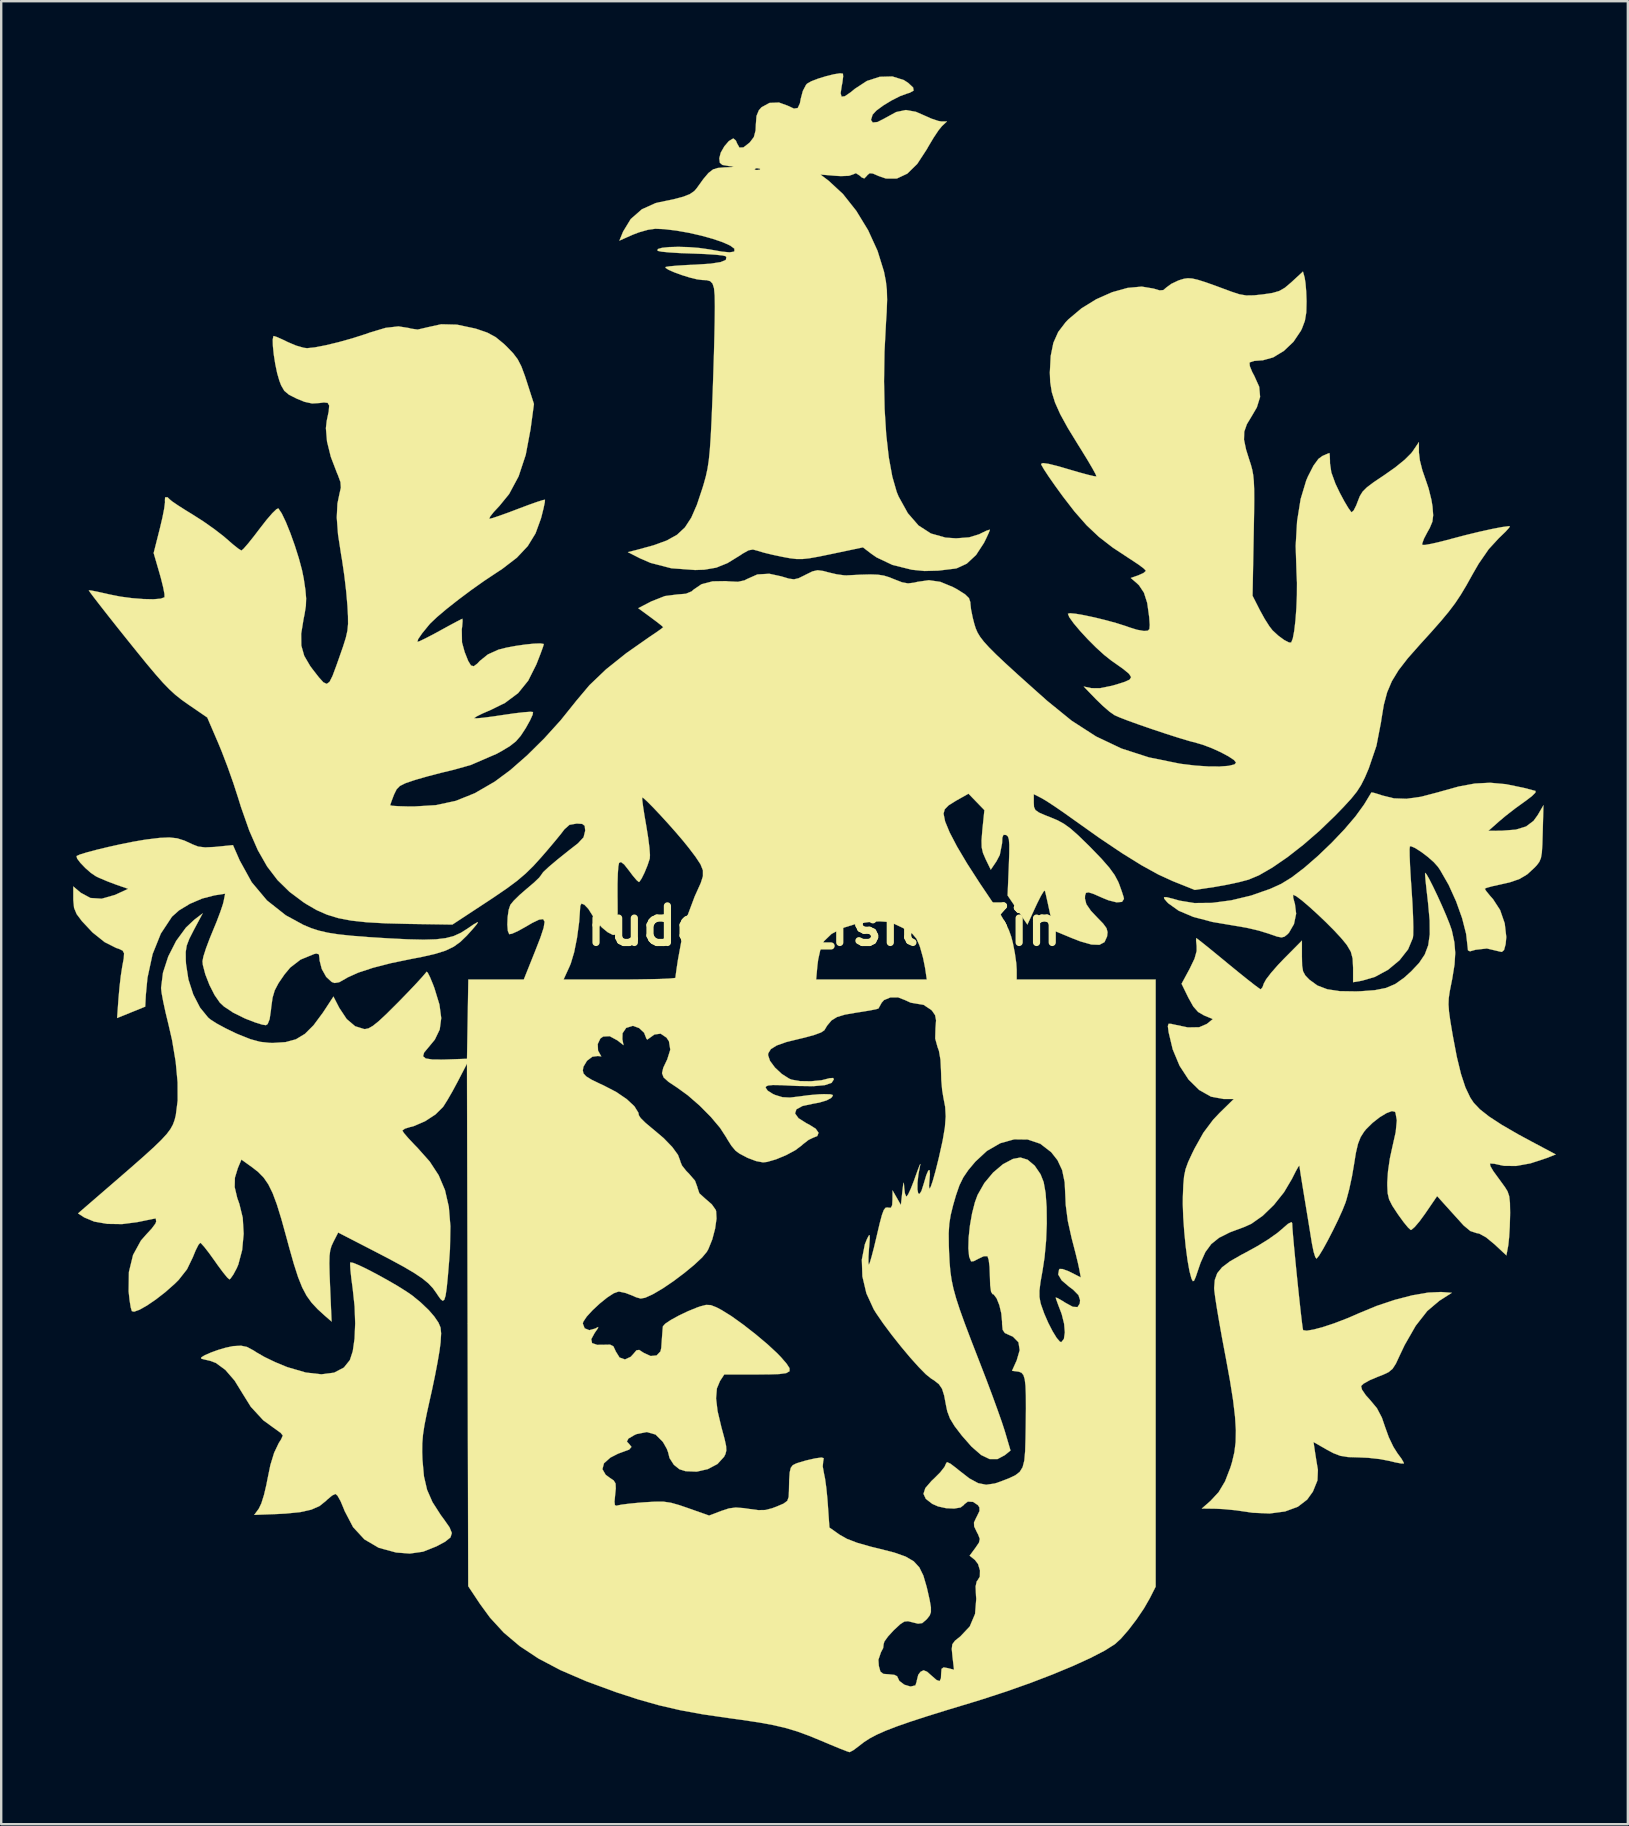
<source format=kicad_pcb>
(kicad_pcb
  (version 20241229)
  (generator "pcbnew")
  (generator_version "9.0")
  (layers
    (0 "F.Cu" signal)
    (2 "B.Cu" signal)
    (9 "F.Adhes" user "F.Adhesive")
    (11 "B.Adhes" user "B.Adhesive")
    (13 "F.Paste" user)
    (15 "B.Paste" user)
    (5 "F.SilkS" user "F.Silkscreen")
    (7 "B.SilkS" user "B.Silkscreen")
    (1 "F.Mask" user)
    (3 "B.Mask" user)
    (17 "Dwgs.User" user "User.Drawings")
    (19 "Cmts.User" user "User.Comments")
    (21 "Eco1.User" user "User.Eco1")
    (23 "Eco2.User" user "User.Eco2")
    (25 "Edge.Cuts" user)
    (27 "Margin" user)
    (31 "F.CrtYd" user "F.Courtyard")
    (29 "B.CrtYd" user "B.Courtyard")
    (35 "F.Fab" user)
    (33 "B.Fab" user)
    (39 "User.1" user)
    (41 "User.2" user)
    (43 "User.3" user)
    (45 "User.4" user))
  (footprint "ruddock_fsilk_3in"
    (layer "F.Cu")
    (at 31.298 35.541)
    (property "Reference" "ruddock_fsilk_3in" (at 0 0 0) (layer "F.SilkS") (effects (font (size 1.524 1.524) (thickness 0.3))))
    (attr through_hole)
    (fp_poly (pts (xy -19.635 14.041) (xy -19.385 14.143) (xy -19.037 14.311) (xy -18.627 14.525) (xy -18.194 14.764) (xy -17.774 15.008) (xy -17.405 15.239) (xy -17.172 15.399) (xy -16.813 15.693) (xy -16.474 16.017) (xy -16.247 16.28) (xy -16.075 16.532) (xy -15.987 16.739) (xy -15.963 16.982) (xy -15.984 17.342) (xy -15.987 17.374) (xy -16.03 17.706) (xy -16.111 18.183) (xy -16.22 18.752) (xy -16.347 19.359) (xy -16.415 19.66) (xy -16.558 20.306) (xy -16.658 20.806) (xy -16.719 21.209) (xy -16.748 21.565) (xy -16.752 21.925) (xy -16.741 22.25) (xy -16.679 22.937) (xy -16.549 23.499) (xy -16.324 24.014) (xy -15.977 24.555) (xy -15.846 24.732) (xy -15.612 25.066) (xy -15.516 25.302) (xy -15.572 25.485) (xy -15.791 25.661) (xy -16.154 25.857) (xy -16.716 26.081) (xy -17.268 26.159) (xy -17.838 26.115) (xy -18.564 25.918) (xy -19.16 25.568) (xy -19.632 25.058) (xy -19.985 24.383) (xy -20.02 24.292) (xy -20.153 23.975) (xy -20.279 23.751) (xy -20.365 23.673) (xy -20.507 23.741) (xy -20.71 23.91) (xy -20.767 23.967) (xy -21.029 24.177) (xy -21.374 24.329) (xy -21.835 24.432) (xy -22.446 24.493) (xy -22.823 24.512) (xy -23.751 24.547) (xy -23.561 24.288) (xy -23.456 24.069) (xy -23.344 23.712) (xy -23.243 23.282) (xy -23.215 23.132) (xy -23.079 22.469) (xy -22.923 21.96) (xy -22.73 21.554) (xy -22.633 21.402) (xy -22.561 21.239) (xy -22.656 21.122) (xy -22.696 21.097) (xy -23.374 20.605) (xy -23.894 20.042) (xy -24.212 19.531) (xy -24.57 18.95) (xy -24.957 18.503) (xy -25.347 18.216) (xy -25.58 18.128) (xy -25.821 18.072) (xy -25.959 18.037) (xy -25.962 17.984) (xy -25.816 17.894) (xy -25.566 17.784) (xy -25.26 17.673) (xy -24.942 17.579) (xy -24.659 17.519) (xy -24.613 17.512) (xy -24.3 17.496) (xy -24.052 17.548) (xy -23.776 17.696) (xy -23.656 17.775) (xy -23.326 17.965) (xy -22.889 18.176) (xy -22.43 18.367) (xy -22.357 18.394) (xy -21.603 18.614) (xy -20.954 18.688) (xy -20.421 18.619) (xy -20.015 18.406) (xy -19.766 18.095) (xy -19.645 17.724) (xy -19.57 17.199) (xy -19.544 16.565) (xy -19.568 15.865) (xy -19.645 15.143) (xy -19.645 15.14) (xy -19.704 14.698) (xy -19.742 14.336) (xy -19.756 14.097) (xy -19.748 14.024) (xy -19.635 14.041)) (stroke (width 0.01) (type solid)) (fill yes) (layer "F.SilkS"))
    (fp_poly (pts (xy 19.507 12.387) (xy 19.517 12.577) (xy 19.544 12.918) (xy 19.585 13.372) (xy 19.636 13.905) (xy 19.693 14.481) (xy 19.753 15.065) (xy 19.812 15.62) (xy 19.866 16.112) (xy 19.912 16.504) (xy 19.946 16.761) (xy 19.964 16.848) (xy 20.113 16.871) (xy 20.411 16.82) (xy 20.82 16.709) (xy 21.305 16.546) (xy 21.828 16.344) (xy 22.29 16.143) (xy 23.027 15.838) (xy 23.785 15.585) (xy 24.518 15.395) (xy 25.175 15.282) (xy 25.709 15.258) (xy 25.744 15.26) (xy 26.161 15.291) (xy 25.637 15.626) (xy 25.138 16.049) (xy 24.656 16.665) (xy 24.195 17.469) (xy 23.995 17.89) (xy 23.832 18.241) (xy 23.692 18.459) (xy 23.52 18.601) (xy 23.258 18.722) (xy 23.066 18.795) (xy 22.735 18.936) (xy 22.487 19.075) (xy 22.38 19.175) (xy 22.417 19.326) (xy 22.579 19.563) (xy 22.75 19.752) (xy 23.04 20.1) (xy 23.247 20.494) (xy 23.382 20.888) (xy 23.534 21.309) (xy 23.726 21.711) (xy 23.895 21.978) (xy 24.065 22.209) (xy 24.156 22.368) (xy 24.161 22.406) (xy 24.049 22.404) (xy 23.802 22.357) (xy 23.566 22.299) (xy 23.167 22.222) (xy 22.679 22.168) (xy 22.263 22.15) (xy 21.832 22.137) (xy 21.516 22.086) (xy 21.225 21.974) (xy 20.955 21.83) (xy 20.398 21.511) (xy 20.456 21.906) (xy 20.515 22.283) (xy 20.577 22.653) (xy 20.58 22.669) (xy 20.561 23.111) (xy 20.371 23.578) (xy 20.13 23.912) (xy 19.742 24.209) (xy 19.211 24.404) (xy 18.57 24.489) (xy 17.858 24.458) (xy 17.628 24.423) (xy 17.157 24.355) (xy 16.662 24.307) (xy 16.329 24.29) (xy 15.741 24.282) (xy 16.106 23.962) (xy 16.443 23.599) (xy 16.712 23.147) (xy 16.939 22.557) (xy 17.005 22.336) (xy 17.099 21.936) (xy 17.152 21.508) (xy 17.162 21.025) (xy 17.127 20.458) (xy 17.047 19.78) (xy 16.918 18.964) (xy 16.739 17.983) (xy 16.713 17.847) (xy 16.583 17.156) (xy 16.468 16.511) (xy 16.372 15.946) (xy 16.302 15.495) (xy 16.263 15.19) (xy 16.256 15.094) (xy 16.283 14.755) (xy 16.384 14.476) (xy 16.585 14.229) (xy 16.912 13.982) (xy 17.395 13.705) (xy 17.595 13.6) (xy 18.065 13.341) (xy 18.517 13.061) (xy 18.887 12.799) (xy 19.067 12.648) (xy 19.332 12.417) (xy 19.478 12.344) (xy 19.507 12.387)) (stroke (width 0.01) (type solid)) (fill yes) (layer "F.SilkS"))
    (fp_poly (pts (xy -26.965 -3.652) (xy -26.658 -3.555) (xy -26.335 -3.404) (xy -26.087 -3.307) (xy -25.798 -3.273) (xy -25.395 -3.292) (xy -25.319 -3.3) (xy -24.638 -3.368) (xy -24.356 -2.725) (xy -23.858 -1.821) (xy -23.221 -1.062) (xy -22.436 -0.442) (xy -21.701 -0.042) (xy -21.386 0.09) (xy -21.059 0.196) (xy -20.688 0.282) (xy -20.24 0.352) (xy -19.684 0.411) (xy -18.988 0.466) (xy -18.173 0.517) (xy -17.348 0.558) (xy -16.693 0.573) (xy -16.177 0.558) (xy -15.767 0.508) (xy -15.433 0.42) (xy -15.142 0.288) (xy -14.862 0.111) (xy -14.835 0.091) (xy -14.603 -0.067) (xy -14.455 -0.149) (xy -14.427 -0.149) (xy -14.491 -0.052) (xy -14.66 0.148) (xy -14.893 0.406) (xy -15.164 0.668) (xy -15.446 0.87) (xy -15.781 1.03) (xy -16.21 1.165) (xy -16.776 1.294) (xy -17.17 1.369) (xy -18.044 1.549) (xy -18.801 1.744) (xy -19.415 1.946) (xy -19.859 2.146) (xy -19.941 2.196) (xy -20.214 2.348) (xy -20.403 2.379) (xy -20.524 2.336) (xy -20.753 2.123) (xy -20.937 1.794) (xy -21.028 1.439) (xy -21.031 1.37) (xy -21.056 1.183) (xy -21.167 1.15) (xy -21.26 1.173) (xy -21.822 1.404) (xy -22.254 1.737) (xy -22.488 2.018) (xy -22.742 2.388) (xy -22.898 2.685) (xy -22.988 2.991) (xy -23.044 3.391) (xy -23.055 3.504) (xy -23.111 3.886) (xy -23.192 4.089) (xy -23.266 4.137) (xy -23.428 4.111) (xy -23.718 4.02) (xy -24.079 3.881) (xy -24.152 3.85) (xy -24.63 3.614) (xy -25.015 3.357) (xy -25.183 3.2) (xy -25.405 2.88) (xy -25.618 2.461) (xy -25.791 2.017) (xy -25.894 1.624) (xy -25.908 1.468) (xy -25.869 1.27) (xy -25.764 0.94) (xy -25.611 0.532) (xy -25.502 0.266) (xy -25.32 -0.175) (xy -25.166 -0.583) (xy -25.06 -0.898) (xy -25.03 -1.014) (xy -24.964 -1.344) (xy -25.41 -1.274) (xy -25.917 -1.143) (xy -26.433 -0.923) (xy -26.884 -0.65) (xy -27.18 -0.386) (xy -27.645 0.319) (xy -27.988 1.173) (xy -28.202 2.162) (xy -28.27 2.876) (xy -28.296 3.364) (xy -29.467 3.839) (xy -29.408 3.012) (xy -29.366 2.543) (xy -29.313 2.082) (xy -29.258 1.722) (xy -29.254 1.697) (xy -29.189 1.346) (xy -29.177 1.141) (xy -29.236 1.03) (xy -29.384 0.958) (xy -29.508 0.917) (xy -29.984 0.677) (xy -30.49 0.273) (xy -30.933 -0.199) (xy -31.154 -0.494) (xy -31.261 -0.752) (xy -31.292 -1.07) (xy -31.293 -1.136) (xy -31.293 -1.644) (xy -30.98 -1.381) (xy -30.581 -1.165) (xy -30.112 -1.134) (xy -29.567 -1.289) (xy -29.464 -1.334) (xy -29.007 -1.546) (xy -29.52 -1.725) (xy -29.885 -1.863) (xy -30.224 -2.007) (xy -30.346 -2.066) (xy -30.558 -2.208) (xy -30.789 -2.411) (xy -30.997 -2.627) (xy -31.134 -2.809) (xy -31.158 -2.912) (xy -31.018 -2.976) (xy -30.721 -3.067) (xy -30.31 -3.176) (xy -29.827 -3.292) (xy -29.314 -3.406) (xy -28.814 -3.506) (xy -28.37 -3.583) (xy -28.253 -3.601) (xy -27.704 -3.668) (xy -27.294 -3.687) (xy -26.965 -3.652)) (stroke (width 0.01) (type solid)) (fill yes) (layer "F.SilkS"))
    (fp_poly (pts (xy 28.412 -5.908) (xy 29.149 -5.757) (xy 29.652 -5.625) (xy 29.645 -5.555) (xy 29.495 -5.406) (xy 29.233 -5.207) (xy 29.195 -5.18) (xy 28.804 -4.898) (xy 28.402 -4.585) (xy 28.143 -4.368) (xy 27.686 -3.963) (xy 28.245 -3.968) (xy 28.826 -4.013) (xy 29.254 -4.144) (xy 29.568 -4.378) (xy 29.744 -4.623) (xy 29.98 -5.029) (xy 29.95 -3.893) (xy 29.935 -3.396) (xy 29.914 -3.056) (xy 29.875 -2.829) (xy 29.808 -2.669) (xy 29.704 -2.53) (xy 29.616 -2.436) (xy 29.309 -2.153) (xy 28.985 -1.958) (xy 28.575 -1.816) (xy 28.167 -1.724) (xy 27.841 -1.652) (xy 27.612 -1.588) (xy 27.534 -1.548) (xy 27.596 -1.451) (xy 27.755 -1.256) (xy 27.88 -1.115) (xy 28.174 -0.662) (xy 28.366 -0.107) (xy 28.432 0.464) (xy 28.405 0.759) (xy 28.338 1.004) (xy 28.247 1.084) (xy 28.162 1.068) (xy 27.623 0.94) (xy 27.147 0.994) (xy 27.132 0.999) (xy 26.92 1.059) (xy 26.835 1.019) (xy 26.821 0.884) (xy 26.758 0.331) (xy 26.591 -0.324) (xy 26.341 -1.023) (xy 26.031 -1.708) (xy 25.68 -2.32) (xy 25.583 -2.464) (xy 25.41 -2.658) (xy 25.162 -2.876) (xy 24.889 -3.083) (xy 24.64 -3.243) (xy 24.463 -3.32) (xy 24.413 -3.314) (xy 24.401 -3.198) (xy 24.404 -2.914) (xy 24.421 -2.497) (xy 24.451 -1.98) (xy 24.482 -1.538) (xy 24.52 -0.944) (xy 24.545 -0.4) (xy 24.556 0.054) (xy 24.552 0.375) (xy 24.539 0.498) (xy 24.339 0.976) (xy 23.981 1.431) (xy 23.506 1.826) (xy 22.957 2.124) (xy 22.428 2.28) (xy 22.047 2.346) (xy 22.047 1.747) (xy 22.028 1.359) (xy 21.953 1.076) (xy 21.793 0.805) (xy 21.754 0.752) (xy 21.546 0.501) (xy 21.258 0.191) (xy 20.921 -0.148) (xy 20.564 -0.488) (xy 20.219 -0.801) (xy 19.916 -1.06) (xy 19.685 -1.234) (xy 19.558 -1.297) (xy 19.547 -1.293) (xy 19.55 -1.18) (xy 19.609 -0.957) (xy 19.622 -0.921) (xy 19.673 -0.51) (xy 19.583 -0.078) (xy 19.373 0.285) (xy 19.308 0.352) (xy 19.185 0.449) (xy 19.061 0.48) (xy 18.876 0.443) (xy 18.568 0.336) (xy 18.519 0.319) (xy 18.104 0.192) (xy 17.602 0.075) (xy 17.17 0.001) (xy 16.182 -0.166) (xy 15.387 -0.376) (xy 14.777 -0.634) (xy 14.348 -0.94) (xy 14.284 -1.005) (xy 14.175 -1.136) (xy 14.166 -1.199) (xy 14.282 -1.196) (xy 14.55 -1.129) (xy 14.813 -1.054) (xy 15.428 -0.953) (xy 16.163 -0.96) (xy 16.969 -1.067) (xy 17.799 -1.266) (xy 18.604 -1.549) (xy 19.05 -1.752) (xy 19.491 -2.024) (xy 20.013 -2.423) (xy 20.578 -2.914) (xy 21.147 -3.459) (xy 21.682 -4.021) (xy 22.146 -4.564) (xy 22.499 -5.051) (xy 22.549 -5.131) (xy 22.697 -5.377) (xy 22.793 -5.535) (xy 22.811 -5.564) (xy 22.907 -5.549) (xy 23.131 -5.482) (xy 23.263 -5.437) (xy 23.747 -5.317) (xy 24.27 -5.299) (xy 24.875 -5.383) (xy 25.605 -5.574) (xy 25.667 -5.593) (xy 26.447 -5.81) (xy 27.123 -5.935) (xy 27.757 -5.967) (xy 28.412 -5.908)) (stroke (width 0.01) (type solid)) (fill yes) (layer "F.SilkS"))
    (fp_poly (pts (xy 25.105 -2.155) (xy 25.222 -1.95) (xy 25.381 -1.636) (xy 25.564 -1.253) (xy 25.751 -0.842) (xy 25.924 -0.441) (xy 26.065 -0.091) (xy 26.156 0.169) (xy 26.165 0.203) (xy 26.267 0.677) (xy 26.304 1.122) (xy 26.275 1.606) (xy 26.18 2.196) (xy 26.142 2.387) (xy 26.073 2.735) (xy 26.033 3.012) (xy 26.023 3.273) (xy 26.044 3.569) (xy 26.097 3.952) (xy 26.185 4.476) (xy 26.2 4.565) (xy 26.37 5.459) (xy 26.544 6.173) (xy 26.728 6.731) (xy 26.931 7.157) (xy 27.072 7.369) (xy 27.33 7.642) (xy 27.716 7.946) (xy 28.249 8.294) (xy 28.943 8.695) (xy 29.448 8.968) (xy 30.493 9.523) (xy 30.105 9.677) (xy 29.442 9.895) (xy 28.838 10.005) (xy 28.335 9.999) (xy 28.197 9.971) (xy 27.936 9.913) (xy 27.771 9.902) (xy 27.75 9.91) (xy 27.771 10.015) (xy 27.886 10.212) (xy 27.922 10.263) (xy 28.144 10.567) (xy 28.369 10.877) (xy 28.372 10.88) (xy 28.485 11.063) (xy 28.553 11.264) (xy 28.584 11.54) (xy 28.591 11.948) (xy 28.589 12.084) (xy 28.576 12.543) (xy 28.55 12.972) (xy 28.517 13.294) (xy 28.507 13.353) (xy 28.436 13.732) (xy 27.938 13.267) (xy 27.585 12.977) (xy 27.299 12.822) (xy 27.191 12.802) (xy 26.933 12.716) (xy 26.653 12.483) (xy 26.642 12.471) (xy 26.396 12.199) (xy 26.101 11.873) (xy 25.946 11.701) (xy 25.549 11.261) (xy 25.054 11.985) (xy 24.82 12.307) (xy 24.617 12.546) (xy 24.478 12.665) (xy 24.449 12.671) (xy 24.341 12.574) (xy 24.158 12.352) (xy 23.938 12.05) (xy 23.903 12) (xy 23.678 11.657) (xy 23.548 11.398) (xy 23.488 11.144) (xy 23.472 10.818) (xy 23.472 10.687) (xy 23.502 10.225) (xy 23.579 9.694) (xy 23.675 9.252) (xy 23.823 8.591) (xy 23.87 8.103) (xy 23.814 7.788) (xy 23.792 7.747) (xy 23.666 7.717) (xy 23.439 7.802) (xy 23.155 7.974) (xy 22.859 8.206) (xy 22.592 8.469) (xy 22.507 8.572) (xy 22.361 8.802) (xy 22.251 9.081) (xy 22.162 9.462) (xy 22.087 9.929) (xy 21.999 10.444) (xy 21.887 10.965) (xy 21.771 11.403) (xy 21.73 11.532) (xy 21.602 11.852) (xy 21.422 12.25) (xy 21.212 12.681) (xy 20.995 13.102) (xy 20.794 13.469) (xy 20.63 13.738) (xy 20.526 13.867) (xy 20.525 13.867) (xy 20.47 13.801) (xy 20.401 13.579) (xy 20.334 13.246) (xy 20.323 13.183) (xy 20.256 12.768) (xy 20.169 12.232) (xy 20.074 11.654) (xy 20.009 11.261) (xy 19.932 10.79) (xy 19.868 10.393) (xy 19.825 10.112) (xy 19.809 9.991) (xy 19.768 10.031) (xy 19.663 10.216) (xy 19.515 10.508) (xy 19.5 10.539) (xy 19.168 11.1) (xy 18.747 11.628) (xy 18.28 12.08) (xy 17.81 12.412) (xy 17.526 12.542) (xy 16.913 12.77) (xy 16.461 12.997) (xy 16.133 13.261) (xy 15.889 13.594) (xy 15.692 14.033) (xy 15.6 14.3) (xy 15.489 14.628) (xy 15.418 14.788) (xy 15.367 14.807) (xy 15.316 14.71) (xy 15.31 14.695) (xy 15.227 14.386) (xy 15.145 13.925) (xy 15.071 13.364) (xy 15.011 12.753) (xy 14.968 12.143) (xy 14.949 11.586) (xy 14.952 11.293) (xy 14.971 10.796) (xy 15.003 10.434) (xy 15.064 10.14) (xy 15.17 9.846) (xy 15.338 9.484) (xy 15.434 9.288) (xy 15.806 8.622) (xy 16.211 8.081) (xy 16.478 7.798) (xy 17.074 7.214) (xy 16.652 7.214) (xy 16.125 7.116) (xy 15.632 6.838) (xy 15.189 6.402) (xy 14.815 5.83) (xy 14.529 5.145) (xy 14.358 4.429) (xy 14.326 4.177) (xy 14.356 4.078) (xy 14.476 4.084) (xy 14.539 4.101) (xy 15.159 4.23) (xy 15.633 4.222) (xy 15.949 4.086) (xy 16.2 3.883) (xy 15.834 3.73) (xy 15.587 3.586) (xy 15.386 3.358) (xy 15.183 2.994) (xy 14.898 2.411) (xy 15.236 1.785) (xy 15.439 1.363) (xy 15.527 1.046) (xy 15.526 0.834) (xy 15.503 0.612) (xy 15.51 0.509) (xy 15.512 0.508) (xy 15.597 0.569) (xy 15.813 0.739) (xy 16.131 0.996) (xy 16.525 1.318) (xy 16.836 1.575) (xy 17.272 1.931) (xy 17.653 2.237) (xy 17.952 2.471) (xy 18.143 2.611) (xy 18.197 2.642) (xy 18.271 2.556) (xy 18.327 2.397) (xy 18.423 2.224) (xy 18.631 1.954) (xy 18.918 1.626) (xy 19.151 1.382) (xy 19.914 0.612) (xy 19.914 1.281) (xy 19.922 1.654) (xy 19.962 1.892) (xy 20.056 2.066) (xy 20.227 2.243) (xy 20.228 2.244) (xy 20.56 2.484) (xy 20.97 2.64) (xy 21.493 2.719) (xy 22.167 2.729) (xy 22.352 2.723) (xy 22.955 2.678) (xy 23.417 2.586) (xy 23.801 2.423) (xy 24.166 2.166) (xy 24.468 1.894) (xy 24.799 1.542) (xy 25.033 1.193) (xy 25.178 0.808) (xy 25.243 0.348) (xy 25.238 -0.225) (xy 25.172 -0.951) (xy 25.159 -1.067) (xy 25.107 -1.518) (xy 25.068 -1.887) (xy 25.048 -2.133) (xy 25.047 -2.213) (xy 25.105 -2.155)) (stroke (width 0.01) (type solid)) (fill yes) (layer "F.SilkS"))
    (fp_poly (pts (xy 0.784 -35.521) (xy 0.793 -35.402) (xy 0.762 -35.155) (xy 0.733 -35.008) (xy 0.688 -34.704) (xy 0.727 -34.563) (xy 0.865 -34.58) (xy 1.117 -34.753) (xy 1.282 -34.89) (xy 1.783 -35.217) (xy 2.318 -35.39) (xy 2.845 -35.404) (xy 3.321 -35.255) (xy 3.506 -35.135) (xy 3.71 -34.943) (xy 3.73 -34.814) (xy 3.565 -34.723) (xy 3.48 -34.7) (xy 3.173 -34.588) (xy 2.813 -34.406) (xy 2.461 -34.192) (xy 2.177 -33.982) (xy 2.022 -33.814) (xy 1.952 -33.59) (xy 2.028 -33.485) (xy 2.226 -33.506) (xy 2.525 -33.659) (xy 2.546 -33.672) (xy 3.003 -33.921) (xy 3.409 -34.006) (xy 3.826 -33.931) (xy 4.145 -33.792) (xy 4.473 -33.646) (xy 4.761 -33.55) (xy 4.893 -33.528) (xy 5.118 -33.528) (xy 4.91 -33.334) (xy 4.766 -33.157) (xy 4.565 -32.855) (xy 4.344 -32.485) (xy 4.276 -32.364) (xy 3.88 -31.758) (xy 3.466 -31.354) (xy 3.033 -31.151) (xy 2.58 -31.149) (xy 2.277 -31.253) (xy 2.032 -31.359) (xy 1.897 -31.371) (xy 1.802 -31.292) (xy 1.782 -31.264) (xy 1.675 -31.154) (xy 1.567 -31.196) (xy 1.491 -31.267) (xy 1.325 -31.374) (xy 1.21 -31.324) (xy 1.034 -31.264) (xy 0.697 -31.251) (xy 0.473 -31.264) (xy -0.152 -31.316) (xy 0.192 -31.054) (xy 0.785 -30.505) (xy 1.342 -29.802) (xy 1.833 -28.997) (xy 2.226 -28.138) (xy 2.493 -27.277) (xy 2.499 -27.25) (xy 2.574 -26.864) (xy 2.615 -26.499) (xy 2.625 -26.094) (xy 2.607 -25.586) (xy 2.582 -25.203) (xy 2.516 -23.928) (xy 2.497 -22.699) (xy 2.521 -21.54) (xy 2.588 -20.475) (xy 2.695 -19.529) (xy 2.842 -18.725) (xy 3.025 -18.088) (xy 3.103 -17.898) (xy 3.489 -17.201) (xy 3.933 -16.69) (xy 4.452 -16.355) (xy 5.061 -16.184) (xy 5.499 -16.154) (xy 6.043 -16.195) (xy 6.461 -16.323) (xy 6.529 -16.358) (xy 6.76 -16.47) (xy 6.895 -16.514) (xy 6.909 -16.507) (xy 6.866 -16.393) (xy 6.758 -16.159) (xy 6.66 -15.961) (xy 6.333 -15.46) (xy 5.945 -15.099) (xy 5.528 -14.906) (xy 5.458 -14.893) (xy 4.76 -14.808) (xy 4.183 -14.793) (xy 3.658 -14.845) (xy 3.658 -14.845) (xy 2.849 -15.046) (xy 2.186 -15.36) (xy 1.965 -15.513) (xy 1.618 -15.778) (xy 0.326 -15.506) (xy -0.212 -15.395) (xy -0.604 -15.325) (xy -0.901 -15.292) (xy -1.157 -15.293) (xy -1.424 -15.325) (xy -1.728 -15.381) (xy -2.141 -15.468) (xy -2.512 -15.558) (xy -2.765 -15.634) (xy -2.776 -15.638) (xy -2.967 -15.688) (xy -3.147 -15.656) (xy -3.386 -15.523) (xy -3.513 -15.438) (xy -4.029 -15.121) (xy -4.495 -14.933) (xy -4.995 -14.847) (xy -5.377 -14.834) (xy -6.369 -14.907) (xy -7.238 -15.132) (xy -7.671 -15.32) (xy -8.179 -15.579) (xy -7.823 -15.668) (xy -7.11 -15.863) (xy -6.557 -16.064) (xy -6.131 -16.302) (xy -5.801 -16.609) (xy -5.536 -17.015) (xy -5.302 -17.552) (xy -5.069 -18.251) (xy -5.017 -18.422) (xy -4.929 -18.739) (xy -4.86 -19.056) (xy -4.806 -19.411) (xy -4.763 -19.841) (xy -4.726 -20.382) (xy -4.691 -21.074) (xy -4.676 -21.438) (xy -4.645 -22.215) (xy -4.617 -23.046) (xy -4.591 -23.865) (xy -4.572 -24.607) (xy -4.56 -25.18) (xy -4.553 -25.811) (xy -4.56 -26.268) (xy -4.589 -26.579) (xy -4.65 -26.771) (xy -4.749 -26.873) (xy -4.897 -26.914) (xy -5.086 -26.922) (xy -5.305 -26.951) (xy -5.601 -27.024) (xy -5.927 -27.125) (xy -6.235 -27.237) (xy -6.478 -27.343) (xy -6.61 -27.426) (xy -6.604 -27.464) (xy -6.444 -27.491) (xy -6.13 -27.519) (xy -5.712 -27.545) (xy -5.356 -27.561) (xy -4.737 -27.601) (xy -4.316 -27.667) (xy -4.095 -27.759) (xy -4.074 -27.876) (xy -4.105 -27.913) (xy -4.23 -27.944) (xy -4.518 -27.975) (xy -4.929 -28.002) (xy -5.421 -28.022) (xy -5.52 -28.025) (xy -6.024 -28.044) (xy -6.455 -28.071) (xy -6.772 -28.102) (xy -6.934 -28.135) (xy -6.943 -28.141) (xy -6.932 -28.211) (xy -6.757 -28.262) (xy -6.458 -28.293) (xy -6.073 -28.303) (xy -5.641 -28.291) (xy -5.2 -28.256) (xy -4.791 -28.198) (xy -4.736 -28.188) (xy -4.256 -28.103) (xy -3.944 -28.074) (xy -3.772 -28.1) (xy -3.739 -28.123) (xy -3.742 -28.229) (xy -3.913 -28.355) (xy -4.221 -28.494) (xy -4.632 -28.635) (xy -5.114 -28.769) (xy -5.635 -28.888) (xy -6.163 -28.981) (xy -6.664 -29.041) (xy -7.033 -29.057) (xy -7.339 -29.015) (xy -7.723 -28.906) (xy -7.972 -28.81) (xy -8.532 -28.562) (xy -8.379 -28.937) (xy -8.06 -29.462) (xy -7.596 -29.868) (xy -7.024 -30.126) (xy -6.848 -30.167) (xy -6.274 -30.285) (xy -5.867 -30.393) (xy -5.589 -30.505) (xy -5.405 -30.634) (xy -5.311 -30.744) (xy -5.032 -31.131) (xy -4.821 -31.381) (xy -4.64 -31.52) (xy -2.902 -31.52) (xy -2.802 -31.504) (xy -2.671 -31.523) (xy -2.669 -31.557) (xy -2.805 -31.582) (xy -2.864 -31.565) (xy -2.902 -31.52) (xy -4.64 -31.52) (xy -4.637 -31.523) (xy -4.435 -31.59) (xy -4.174 -31.613) (xy -4.131 -31.615) (xy -3.855 -31.626) (xy -3.772 -31.64) (xy -3.871 -31.659) (xy -3.988 -31.672) (xy -4.239 -31.716) (xy -4.347 -31.809) (xy -4.369 -31.995) (xy -4.308 -32.23) (xy -4.159 -32.491) (xy -3.973 -32.709) (xy -3.797 -32.815) (xy -3.776 -32.817) (xy -3.677 -32.732) (xy -3.628 -32.614) (xy -3.529 -32.44) (xy -3.362 -32.448) (xy -3.118 -32.637) (xy -3.094 -32.66) (xy -2.928 -32.88) (xy -2.856 -33.155) (xy -2.845 -33.404) (xy -2.818 -33.759) (xy -2.72 -33.995) (xy -2.61 -34.12) (xy -2.278 -34.301) (xy -1.883 -34.318) (xy -1.524 -34.188) (xy -1.258 -34.065) (xy -1.099 -34.089) (xy -1.009 -34.284) (xy -0.972 -34.481) (xy -0.887 -34.8) (xy -0.755 -35.053) (xy -0.71 -35.104) (xy -0.536 -35.203) (xy -0.251 -35.313) (xy 0.085 -35.416) (xy 0.41 -35.496) (xy 0.665 -35.536) (xy 0.784 -35.521)) (stroke (width 0.01) (type solid)) (fill yes) (layer "F.SilkS"))
    (fp_poly (pts (xy 20.027 -27.022) (xy 20.063 -26.796) (xy 20.092 -26.443) (xy 20.107 -26.038) (xy 20.107 -26.032) (xy 20.096 -25.571) (xy 20.038 -25.223) (xy 19.916 -24.898) (xy 19.867 -24.799) (xy 19.561 -24.345) (xy 19.161 -23.965) (xy 18.717 -23.696) (xy 18.28 -23.574) (xy 18.204 -23.571) (xy 17.93 -23.549) (xy 17.752 -23.492) (xy 17.73 -23.471) (xy 17.742 -23.333) (xy 17.84 -23.091) (xy 17.927 -22.929) (xy 18.134 -22.47) (xy 18.171 -22.048) (xy 18.036 -21.613) (xy 17.831 -21.262) (xy 17.619 -20.91) (xy 17.51 -20.598) (xy 17.5 -20.266) (xy 17.585 -19.857) (xy 17.713 -19.449) (xy 17.787 -19.222) (xy 17.843 -19.014) (xy 17.883 -18.796) (xy 17.909 -18.536) (xy 17.923 -18.204) (xy 17.926 -17.769) (xy 17.92 -17.199) (xy 17.907 -16.465) (xy 17.903 -16.253) (xy 17.856 -13.761) (xy 18.164 -13.155) (xy 18.359 -12.801) (xy 18.556 -12.491) (xy 18.69 -12.318) (xy 18.932 -12.095) (xy 19.178 -11.915) (xy 19.377 -11.813) (xy 19.467 -11.813) (xy 19.533 -11.976) (xy 19.594 -12.298) (xy 19.645 -12.736) (xy 19.683 -13.246) (xy 19.705 -13.783) (xy 19.708 -14.304) (xy 19.689 -14.734) (xy 19.654 -15.84) (xy 19.713 -16.87) (xy 19.86 -17.789) (xy 20.093 -18.564) (xy 20.164 -18.73) (xy 20.396 -19.184) (xy 20.603 -19.466) (xy 20.769 -19.587) (xy 20.969 -19.675) (xy 21.061 -19.71) (xy 21.074 -19.619) (xy 21.083 -19.391) (xy 21.084 -19.278) (xy 21.14 -18.901) (xy 21.312 -18.428) (xy 21.49 -18.055) (xy 21.682 -17.697) (xy 21.848 -17.418) (xy 21.962 -17.261) (xy 21.988 -17.242) (xy 22.071 -17.317) (xy 22.179 -17.531) (xy 22.242 -17.696) (xy 22.33 -17.918) (xy 22.444 -18.101) (xy 22.622 -18.279) (xy 22.899 -18.488) (xy 23.312 -18.766) (xy 23.334 -18.78) (xy 23.803 -19.11) (xy 24.196 -19.429) (xy 24.469 -19.701) (xy 24.527 -19.777) (xy 24.79 -20.164) (xy 24.79 -19.732) (xy 24.83 -19.4) (xy 24.934 -18.989) (xy 25.04 -18.685) (xy 25.191 -18.242) (xy 25.311 -17.76) (xy 25.357 -17.481) (xy 25.384 -17.115) (xy 25.352 -16.85) (xy 25.241 -16.585) (xy 25.145 -16.416) (xy 25.002 -16.143) (xy 24.929 -15.943) (xy 24.931 -15.878) (xy 25.048 -15.879) (xy 25.32 -15.928) (xy 25.704 -16.017) (xy 26.137 -16.131) (xy 26.722 -16.285) (xy 27.298 -16.425) (xy 27.822 -16.541) (xy 28.248 -16.623) (xy 28.534 -16.661) (xy 28.576 -16.662) (xy 28.553 -16.601) (xy 28.407 -16.438) (xy 28.169 -16.207) (xy 28.125 -16.167) (xy 27.7 -15.704) (xy 27.278 -15.093) (xy 27.033 -14.668) (xy 26.771 -14.198) (xy 26.536 -13.805) (xy 26.301 -13.452) (xy 26.036 -13.101) (xy 25.714 -12.713) (xy 25.306 -12.25) (xy 24.838 -11.735) (xy 24.324 -11.153) (xy 23.94 -10.657) (xy 23.662 -10.2) (xy 23.465 -9.736) (xy 23.327 -9.217) (xy 23.224 -8.595) (xy 23.211 -8.497) (xy 23.019 -7.505) (xy 22.699 -6.564) (xy 22.535 -6.18) (xy 22.38 -5.873) (xy 22.203 -5.597) (xy 21.97 -5.307) (xy 21.65 -4.958) (xy 21.295 -4.592) (xy 20.648 -3.968) (xy 19.976 -3.385) (xy 19.31 -2.865) (xy 18.68 -2.432) (xy 18.12 -2.109) (xy 17.689 -1.929) (xy 17.3 -1.826) (xy 16.81 -1.721) (xy 16.321 -1.633) (xy 16.285 -1.627) (xy 15.45 -1.5) (xy 14.532 -1.867) (xy 13.932 -2.142) (xy 13.23 -2.529) (xy 12.414 -3.035) (xy 11.473 -3.667) (xy 10.414 -4.419) (xy 9.988 -4.722) (xy 9.59 -4.995) (xy 9.266 -5.207) (xy 9.068 -5.324) (xy 8.738 -5.492) (xy 8.738 -5.142) (xy 8.748 -4.958) (xy 8.806 -4.831) (xy 8.953 -4.726) (xy 9.229 -4.606) (xy 9.425 -4.53) (xy 9.732 -4.401) (xy 10.001 -4.253) (xy 10.272 -4.056) (xy 10.588 -3.777) (xy 10.989 -3.387) (xy 11.103 -3.274) (xy 11.557 -2.804) (xy 11.883 -2.431) (xy 12.108 -2.121) (xy 12.258 -1.839) (xy 12.295 -1.748) (xy 12.406 -1.44) (xy 12.48 -1.209) (xy 12.497 -1.127) (xy 12.415 -1.002) (xy 12.19 -0.983) (xy 11.851 -1.068) (xy 11.608 -1.167) (xy 11.243 -1.328) (xy 11.024 -1.399) (xy 10.914 -1.379) (xy 10.875 -1.266) (xy 10.871 -1.139) (xy 10.929 -0.907) (xy 11.119 -0.631) (xy 11.365 -0.37) (xy 11.629 -0.098) (xy 11.769 0.094) (xy 11.813 0.258) (xy 11.793 0.439) (xy 11.686 0.675) (xy 11.475 0.787) (xy 11.143 0.776) (xy 10.675 0.643) (xy 10.328 0.508) (xy 9.568 0.192) (xy 9.4 -0.59) (xy 9.317 -0.973) (xy 9.248 -1.281) (xy 9.206 -1.458) (xy 9.201 -1.473) (xy 9.149 -1.436) (xy 9.035 -1.249) (xy 8.883 -0.947) (xy 8.821 -0.815) (xy 8.472 -0.055) (xy 7.647 -1.27) (xy 7.698 -2.499) (xy 7.716 -3.024) (xy 7.718 -3.38) (xy 7.701 -3.603) (xy 7.662 -3.726) (xy 7.597 -3.785) (xy 7.582 -3.791) (xy 7.475 -3.797) (xy 7.427 -3.678) (xy 7.417 -3.446) (xy 7.322 -2.959) (xy 7.181 -2.691) (xy 6.946 -2.344) (xy 6.731 -2.786) (xy 6.622 -3.039) (xy 6.568 -3.274) (xy 6.561 -3.561) (xy 6.593 -3.971) (xy 6.598 -4.027) (xy 6.68 -4.826) (xy 6.017 -5.511) (xy 5.498 -5.219) (xy 5.188 -5.025) (xy 5.028 -4.862) (xy 4.979 -4.689) (xy 4.979 -4.671) (xy 5.043 -4.354) (xy 5.232 -3.896) (xy 5.54 -3.307) (xy 5.959 -2.601) (xy 6.482 -1.789) (xy 6.683 -1.491) (xy 7.069 -0.917) (xy 7.355 -0.471) (xy 7.559 -0.118) (xy 7.701 0.177) (xy 7.799 0.451) (xy 7.867 0.713) (xy 7.95 1.138) (xy 8.008 1.548) (xy 8.026 1.823) (xy 8.026 2.235) (xy 13.818 2.235) (xy 13.818 14.888) (xy 13.818 27.54) (xy 13.574 28.021) (xy 13.332 28.443) (xy 13.023 28.9) (xy 12.689 29.338) (xy 12.372 29.703) (xy 12.119 29.935) (xy 11.693 30.204) (xy 11.099 30.511) (xy 10.364 30.847) (xy 9.519 31.198) (xy 8.591 31.554) (xy 7.608 31.902) (xy 6.6 32.231) (xy 6.198 32.355) (xy 5.163 32.668) (xy 4.304 32.935) (xy 3.599 33.164) (xy 3.028 33.363) (xy 2.569 33.54) (xy 2.202 33.703) (xy 1.906 33.859) (xy 1.66 34.018) (xy 1.448 34.183) (xy 1.231 34.346) (xy 1.075 34.431) (xy 1.052 34.434) (xy 0.929 34.393) (xy 0.66 34.288) (xy 0.287 34.134) (xy -0.102 33.97) (xy -0.639 33.749) (xy -1.123 33.572) (xy -1.601 33.429) (xy -2.116 33.308) (xy -2.715 33.198) (xy -3.443 33.089) (xy -3.981 33.015) (xy -5.056 32.859) (xy -5.996 32.687) (xy -6.871 32.485) (xy -7.749 32.237) (xy -8.65 31.944) (xy -9.909 31.482) (xy -10.987 31.017) (xy -11.906 30.533) (xy -12.687 30.016) (xy -13.353 29.453) (xy -13.925 28.829) (xy -14.339 28.263) (xy -14.833 27.52) (xy -14.859 16.63) (xy -14.884 6.024) (xy -10.058 6.024) (xy -10.029 6.149) (xy -9.919 6.269) (xy -9.696 6.407) (xy -9.325 6.587) (xy -9.191 6.648) (xy -8.664 6.921) (xy -8.227 7.219) (xy -7.909 7.515) (xy -7.741 7.785) (xy -7.722 7.891) (xy -7.646 8.009) (xy -7.447 8.206) (xy -7.166 8.442) (xy -7.13 8.47) (xy -6.686 8.846) (xy -6.33 9.214) (xy -6.091 9.542) (xy -5.995 9.798) (xy -5.994 9.816) (xy -5.924 9.987) (xy -5.744 10.214) (xy -5.639 10.319) (xy -5.382 10.617) (xy -5.283 10.884) (xy -5.283 10.897) (xy -5.201 11.143) (xy -4.939 11.382) (xy -4.925 11.392) (xy -4.682 11.603) (xy -4.522 11.829) (xy -4.502 11.883) (xy -4.485 12.2) (xy -4.544 12.619) (xy -4.662 13.067) (xy -4.823 13.465) (xy -4.889 13.583) (xy -5.085 13.818) (xy -5.411 14.123) (xy -5.822 14.462) (xy -6.272 14.801) (xy -6.718 15.104) (xy -7.113 15.337) (xy -7.187 15.374) (xy -7.46 15.497) (xy -7.646 15.53) (xy -7.836 15.477) (xy -7.978 15.412) (xy -8.276 15.298) (xy -8.539 15.241) (xy -8.571 15.24) (xy -8.766 15.309) (xy -9.041 15.488) (xy -9.351 15.738) (xy -9.651 16.017) (xy -9.896 16.284) (xy -10.039 16.499) (xy -10.058 16.573) (xy -9.98 16.771) (xy -9.786 16.849) (xy -9.541 16.781) (xy -9.53 16.775) (xy -9.418 16.715) (xy -9.424 16.764) (xy -9.55 16.945) (xy -9.563 16.963) (xy -9.705 17.223) (xy -9.672 17.387) (xy -9.459 17.46) (xy -9.183 17.457) (xy -8.92 17.452) (xy -8.782 17.522) (xy -8.694 17.709) (xy -8.687 17.729) (xy -8.526 17.988) (xy -8.302 18.068) (xy -8.062 17.96) (xy -7.961 17.851) (xy -7.822 17.688) (xy -7.708 17.671) (xy -7.525 17.79) (xy -7.52 17.793) (xy -7.23 17.926) (xy -6.981 17.901) (xy -6.821 17.733) (xy -6.788 17.59) (xy -6.766 17.272) (xy -6.751 17.069) (xy -6.732 16.822) (xy -6.719 16.689) (xy -6.624 16.581) (xy -6.388 16.423) (xy -6.057 16.241) (xy -5.678 16.06) (xy -5.3 15.905) (xy -5.158 15.856) (xy -4.92 15.795) (xy -4.723 15.804) (xy -4.485 15.897) (xy -4.273 16.009) (xy -3.87 16.259) (xy -3.38 16.61) (xy -2.86 17.015) (xy -2.366 17.43) (xy -1.955 17.811) (xy -1.797 17.975) (xy -1.567 18.241) (xy -1.443 18.431) (xy -1.441 18.559) (xy -1.579 18.638) (xy -1.873 18.678) (xy -2.342 18.693) (xy -2.792 18.694) (xy -4.161 18.694) (xy -4.339 18.966) (xy -4.47 19.279) (xy -4.504 19.688) (xy -4.441 20.22) (xy -4.28 20.901) (xy -4.264 20.957) (xy -4.148 21.387) (xy -4.086 21.673) (xy -4.076 21.865) (xy -4.113 22.013) (xy -4.17 22.125) (xy -4.444 22.426) (xy -4.845 22.638) (xy -5.309 22.745) (xy -5.772 22.726) (xy -6.029 22.646) (xy -6.263 22.458) (xy -6.443 22.178) (xy -6.502 21.939) (xy -6.554 21.798) (xy -6.683 21.568) (xy -6.729 21.495) (xy -7.023 21.2) (xy -7.388 21.094) (xy -7.812 21.178) (xy -7.899 21.216) (xy -8.155 21.366) (xy -8.221 21.489) (xy -8.128 21.59) (xy -8.03 21.713) (xy -8.125 21.826) (xy -8.306 21.892) (xy -8.586 21.995) (xy -8.892 22.151) (xy -8.915 22.165) (xy -9.176 22.398) (xy -9.24 22.642) (xy -9.105 22.875) (xy -8.946 22.993) (xy -8.771 23.111) (xy -8.692 23.24) (xy -8.683 23.448) (xy -8.708 23.693) (xy -8.736 23.996) (xy -8.72 24.141) (xy -8.652 24.167) (xy -8.611 24.154) (xy -8.443 24.12) (xy -8.128 24.08) (xy -7.719 24.04) (xy -7.502 24.023) (xy -7.035 23.995) (xy -6.688 23.997) (xy -6.383 24.042) (xy -6.039 24.139) (xy -5.674 24.264) (xy -4.794 24.575) (xy -4.289 24.383) (xy -3.967 24.277) (xy -3.685 24.24) (xy -3.349 24.265) (xy -3.137 24.297) (xy -2.745 24.349) (xy -2.457 24.344) (xy -2.177 24.274) (xy -1.981 24.201) (xy -1.688 24.076) (xy -1.536 23.963) (xy -1.478 23.802) (xy -1.466 23.556) (xy -1.456 23.084) (xy -1.434 22.774) (xy -1.39 22.586) (xy -1.308 22.477) (xy -1.176 22.409) (xy -1.092 22.379) (xy -0.758 22.28) (xy -0.392 22.196) (xy -0.365 22.191) (xy -0.114 22.156) (xy -0.018 22.182) (xy -0.031 22.285) (xy -0.037 22.302) (xy -0.058 22.526) (xy -0.01 22.799) (xy 0.039 23.039) (xy 0.091 23.418) (xy 0.136 23.87) (xy 0.153 24.094) (xy 0.221 25.073) (xy 0.644 25.372) (xy 0.952 25.547) (xy 1.376 25.71) (xy 1.952 25.874) (xy 2.286 25.955) (xy 2.925 26.118) (xy 3.396 26.284) (xy 3.732 26.48) (xy 3.968 26.735) (xy 4.136 27.077) (xy 4.27 27.534) (xy 4.297 27.644) (xy 4.399 28.097) (xy 4.451 28.4) (xy 4.451 28.6) (xy 4.398 28.744) (xy 4.291 28.88) (xy 4.26 28.912) (xy 4.091 29.057) (xy 3.914 29.081) (xy 3.698 29.028) (xy 3.497 28.978) (xy 3.342 28.994) (xy 3.173 29.103) (xy 2.93 29.329) (xy 2.89 29.367) (xy 2.66 29.618) (xy 2.512 29.825) (xy 2.48 29.933) (xy 2.461 30.097) (xy 2.37 30.271) (xy 2.262 30.585) (xy 2.28 30.842) (xy 2.346 31.078) (xy 2.47 31.174) (xy 2.697 31.191) (xy 2.93 31.215) (xy 3.045 31.274) (xy 3.048 31.286) (xy 3.135 31.467) (xy 3.342 31.624) (xy 3.591 31.699) (xy 3.614 31.699) (xy 3.805 31.653) (xy 3.861 31.48) (xy 3.861 31.458) (xy 3.923 31.213) (xy 4.017 31.087) (xy 4.146 31.024) (xy 4.292 31.084) (xy 4.454 31.227) (xy 4.686 31.429) (xy 4.815 31.474) (xy 4.869 31.358) (xy 4.877 31.18) (xy 4.894 30.965) (xy 4.981 30.903) (xy 5.145 30.932) (xy 5.414 30.999) (xy 5.35 30.453) (xy 5.32 30.134) (xy 5.344 29.939) (xy 5.454 29.791) (xy 5.677 29.613) (xy 6.069 29.198) (xy 6.291 28.675) (xy 6.341 28.047) (xy 6.33 27.908) (xy 6.314 27.527) (xy 6.361 27.316) (xy 6.388 27.287) (xy 6.491 27.119) (xy 6.496 26.861) (xy 6.415 26.595) (xy 6.284 26.424) (xy 6.065 26.247) (xy 6.305 25.922) (xy 6.454 25.703) (xy 6.489 25.549) (xy 6.418 25.362) (xy 6.365 25.263) (xy 6.254 25.03) (xy 6.246 24.864) (xy 6.341 24.66) (xy 6.365 24.616) (xy 6.476 24.385) (xy 6.471 24.233) (xy 6.41 24.141) (xy 6.209 24.005) (xy 5.991 23.993) (xy 5.838 24.107) (xy 5.828 24.13) (xy 5.689 24.238) (xy 5.42 24.283) (xy 5.086 24.268) (xy 4.749 24.194) (xy 4.51 24.089) (xy 4.239 23.88) (xy 4.141 23.669) (xy 4.219 23.429) (xy 4.475 23.132) (xy 4.583 23.031) (xy 4.839 22.775) (xy 5.018 22.547) (xy 5.08 22.408) (xy 5.122 22.348) (xy 5.262 22.411) (xy 5.519 22.606) (xy 5.613 22.685) (xy 6.055 23.027) (xy 6.419 23.225) (xy 6.754 23.291) (xy 7.11 23.239) (xy 7.346 23.16) (xy 7.704 23.022) (xy 7.968 22.897) (xy 8.153 22.754) (xy 8.273 22.559) (xy 8.344 22.282) (xy 8.379 21.889) (xy 8.395 21.347) (xy 8.403 20.861) (xy 8.411 20.127) (xy 8.409 19.571) (xy 8.394 19.169) (xy 8.361 18.893) (xy 8.307 18.72) (xy 8.229 18.625) (xy 8.122 18.581) (xy 8.074 18.573) (xy 7.831 18.542) (xy 8.027 18.107) (xy 8.151 17.681) (xy 8.099 17.351) (xy 7.871 17.12) (xy 7.722 17.054) (xy 7.531 16.966) (xy 7.442 16.834) (xy 7.417 16.588) (xy 7.417 16.497) (xy 7.385 16.148) (xy 7.303 15.804) (xy 7.19 15.522) (xy 7.068 15.36) (xy 7.016 15.342) (xy 6.958 15.245) (xy 6.921 14.977) (xy 6.909 14.586) (xy 6.895 14.212) (xy 6.86 13.921) (xy 6.81 13.771) (xy 6.803 13.764) (xy 6.651 13.768) (xy 6.438 13.868) (xy 6.241 13.971) (xy 6.127 13.984) (xy 6.126 13.983) (xy 6.044 13.785) (xy 6.012 13.439) (xy 6.024 12.991) (xy 6.077 12.49) (xy 6.166 11.983) (xy 6.285 11.518) (xy 6.396 11.214) (xy 6.678 10.718) (xy 7.044 10.279) (xy 7.454 9.932) (xy 7.869 9.712) (xy 8.182 9.652) (xy 8.482 9.745) (xy 8.776 9.992) (xy 9.02 10.349) (xy 9.15 10.677) (xy 9.23 11.127) (xy 9.273 11.721) (xy 9.28 12.405) (xy 9.251 13.124) (xy 9.186 13.822) (xy 9.104 14.36) (xy 9.017 14.851) (xy 8.974 15.2) (xy 8.975 15.463) (xy 9.016 15.694) (xy 9.04 15.782) (xy 9.173 16.156) (xy 9.341 16.542) (xy 9.523 16.895) (xy 9.693 17.172) (xy 9.83 17.329) (xy 9.886 17.347) (xy 9.994 17.213) (xy 10.033 16.941) (xy 10.003 16.582) (xy 9.905 16.188) (xy 9.86 16.066) (xy 9.746 15.768) (xy 9.67 15.556) (xy 9.652 15.489) (xy 9.727 15.51) (xy 9.918 15.619) (xy 10.053 15.705) (xy 10.366 15.875) (xy 10.563 15.886) (xy 10.657 15.735) (xy 10.668 15.594) (xy 10.6 15.386) (xy 10.377 15.159) (xy 10.211 15.037) (xy 9.9 14.771) (xy 9.756 14.527) (xy 9.791 14.326) (xy 9.817 14.296) (xy 9.937 14.3) (xy 10.167 14.383) (xy 10.289 14.441) (xy 10.698 14.65) (xy 10.635 14.31) (xy 10.582 14.062) (xy 10.49 13.682) (xy 10.375 13.235) (xy 10.316 13.01) (xy 10.157 12.295) (xy 10.07 11.628) (xy 10.058 11.334) (xy 10.026 10.684) (xy 9.921 10.177) (xy 9.727 9.763) (xy 9.466 9.431) (xy 9.011 9.079) (xy 8.486 8.902) (xy 7.92 8.895) (xy 7.343 9.056) (xy 6.783 9.379) (xy 6.301 9.826) (xy 6.01 10.174) (xy 5.8 10.482) (xy 5.638 10.814) (xy 5.493 11.234) (xy 5.375 11.644) (xy 5.275 12.049) (xy 5.216 12.415) (xy 5.192 12.813) (xy 5.197 13.311) (xy 5.208 13.61) (xy 5.229 14.026) (xy 5.261 14.397) (xy 5.312 14.751) (xy 5.389 15.116) (xy 5.501 15.522) (xy 5.656 15.997) (xy 5.862 16.57) (xy 6.127 17.27) (xy 6.459 18.126) (xy 6.508 18.252) (xy 6.763 18.913) (xy 7.008 19.566) (xy 7.226 20.165) (xy 7.404 20.669) (xy 7.524 21.035) (xy 7.538 21.082) (xy 7.769 21.865) (xy 7.531 22.058) (xy 7.225 22.222) (xy 6.901 22.222) (xy 6.546 22.052) (xy 6.145 21.703) (xy 5.741 21.243) (xy 5.437 20.846) (xy 5.245 20.529) (xy 5.133 20.231) (xy 5.084 19.999) (xy 5.004 19.573) (xy 4.915 19.292) (xy 4.785 19.1) (xy 4.584 18.941) (xy 4.454 18.86) (xy 4.24 18.687) (xy 3.941 18.383) (xy 3.583 17.984) (xy 3.198 17.524) (xy 2.815 17.041) (xy 2.462 16.568) (xy 2.17 16.143) (xy 2.067 15.977) (xy 1.762 15.313) (xy 1.595 14.606) (xy 1.572 13.907) (xy 1.698 13.269) (xy 1.784 13.056) (xy 1.859 12.909) (xy 1.897 12.886) (xy 1.903 13.01) (xy 1.882 13.305) (xy 1.871 13.437) (xy 1.849 13.779) (xy 1.847 14.025) (xy 1.864 14.122) (xy 1.865 14.122) (xy 1.906 14.029) (xy 1.981 13.776) (xy 2.079 13.4) (xy 2.189 12.939) (xy 2.197 12.902) (xy 2.318 12.39) (xy 2.41 12.046) (xy 2.486 11.842) (xy 2.557 11.748) (xy 2.636 11.734) (xy 2.661 11.741) (xy 2.782 11.748) (xy 2.836 11.637) (xy 2.849 11.411) (xy 2.853 11.024) (xy 3.027 11.328) (xy 3.2 11.633) (xy 3.26 11.074) (xy 3.294 10.791) (xy 3.316 10.699) (xy 3.331 10.791) (xy 3.336 10.897) (xy 3.366 11.142) (xy 3.419 11.271) (xy 3.434 11.278) (xy 3.502 11.189) (xy 3.613 10.952) (xy 3.746 10.612) (xy 3.789 10.49) (xy 3.906 10.166) (xy 3.983 9.967) (xy 4.012 9.921) (xy 4.006 9.957) (xy 3.928 10.366) (xy 3.891 10.716) (xy 3.89 10.983) (xy 3.92 11.143) (xy 3.977 11.172) (xy 4.056 11.046) (xy 4.152 10.744) (xy 4.259 10.385) (xy 4.343 10.193) (xy 4.396 10.177) (xy 4.41 10.343) (xy 4.395 10.527) (xy 4.372 10.837) (xy 4.388 10.953) (xy 4.441 10.881) (xy 4.528 10.628) (xy 4.648 10.198) (xy 4.784 9.65) (xy 4.94 8.948) (xy 5.034 8.393) (xy 5.068 7.94) (xy 5.046 7.543) (xy 4.973 7.163) (xy 4.92 6.844) (xy 4.884 6.422) (xy 4.873 6.045) (xy 4.85 5.578) (xy 4.785 5.205) (xy 4.729 5.053) (xy 4.63 4.694) (xy 4.642 4.262) (xy 4.666 3.934) (xy 4.626 3.721) (xy 4.502 3.54) (xy 4.467 3.502) (xy 4.145 3.289) (xy 3.916 3.251) (xy 3.609 3.199) (xy 3.375 3.092) (xy 3.084 2.978) (xy 2.765 2.979) (xy 2.499 3.088) (xy 2.398 3.2) (xy 2.301 3.376) (xy 2.264 3.442) (xy 2.161 3.473) (xy 1.903 3.524) (xy 1.538 3.584) (xy 1.352 3.612) (xy 0.869 3.696) (xy 0.538 3.796) (xy 0.307 3.939) (xy 0.126 4.155) (xy 0.01 4.348) (xy -0.126 4.439) (xy -0.418 4.547) (xy -0.822 4.657) (xy -0.977 4.693) (xy -1.566 4.837) (xy -1.974 4.981) (xy -2.221 5.135) (xy -2.328 5.309) (xy -2.337 5.384) (xy -2.255 5.625) (xy -2.047 5.905) (xy -1.763 6.17) (xy -1.456 6.365) (xy -1.352 6.407) (xy -1.002 6.468) (xy -0.555 6.475) (xy -0.108 6.432) (xy 0.229 6.347) (xy 0.377 6.337) (xy 0.406 6.392) (xy 0.312 6.541) (xy 0.029 6.636) (xy -0.446 6.679) (xy -1.115 6.67) (xy -1.295 6.661) (xy -1.8 6.636) (xy -2.135 6.631) (xy -2.331 6.649) (xy -2.421 6.691) (xy -2.438 6.741) (xy -2.352 6.866) (xy -2.136 7.003) (xy -2.04 7.046) (xy -1.738 7.138) (xy -1.423 7.154) (xy -1.049 7.109) (xy -0.627 7.053) (xy -0.201 7.017) (xy -0.004 7.011) (xy 0.267 7.018) (xy 0.368 7.05) (xy 0.332 7.126) (xy 0.291 7.17) (xy 0.105 7.271) (xy -0.203 7.363) (xy -0.446 7.407) (xy -0.899 7.504) (xy -1.155 7.642) (xy -1.212 7.813) (xy -1.07 8.012) (xy -0.726 8.23) (xy -0.627 8.279) (xy -0.349 8.453) (xy -0.232 8.622) (xy -0.285 8.758) (xy -0.452 8.824) (xy -0.649 8.918) (xy -0.886 9.102) (xy -0.934 9.148) (xy -1.205 9.35) (xy -1.587 9.555) (xy -2.004 9.728) (xy -2.378 9.836) (xy -2.547 9.855) (xy -2.834 9.801) (xy -3.192 9.666) (xy -3.527 9.489) (xy -3.69 9.369) (xy -3.863 9.163) (xy -4.042 8.88) (xy -4.073 8.822) (xy -4.334 8.419) (xy -4.722 7.959) (xy -5.188 7.489) (xy -5.685 7.057) (xy -6.127 6.737) (xy -6.486 6.498) (xy -6.689 6.315) (xy -6.756 6.137) (xy -6.704 5.912) (xy -6.551 5.589) (xy -6.54 5.568) (xy -6.411 5.158) (xy -6.467 4.809) (xy -6.569 4.656) (xy -6.814 4.49) (xy -7.071 4.525) (xy -7.231 4.639) (xy -7.372 4.739) (xy -7.417 4.683) (xy -7.417 4.672) (xy -7.503 4.451) (xy -7.709 4.258) (xy -7.955 4.167) (xy -7.979 4.166) (xy -8.25 4.25) (xy -8.401 4.472) (xy -8.409 4.719) (xy -8.361 4.97) (xy -8.614 4.771) (xy -8.936 4.596) (xy -9.208 4.61) (xy -9.327 4.694) (xy -9.435 4.922) (xy -9.423 5.194) (xy -9.333 5.359) (xy -9.286 5.437) (xy -9.41 5.424) (xy -9.425 5.421) (xy -9.66 5.451) (xy -9.883 5.62) (xy -10.031 5.867) (xy -10.058 6.024) (xy -14.884 6.024) (xy -14.884 5.74) (xy -15.276 6.495) (xy -15.489 6.891) (xy -15.697 7.252) (xy -15.861 7.513) (xy -15.886 7.547) (xy -16.199 7.858) (xy -16.629 8.139) (xy -17.088 8.338) (xy -17.247 8.38) (xy -17.471 8.449) (xy -17.576 8.526) (xy -17.577 8.533) (xy -17.509 8.638) (xy -17.329 8.847) (xy -17.069 9.124) (xy -16.935 9.262) (xy -16.439 9.819) (xy -16.065 10.391) (xy -15.802 11.01) (xy -15.642 11.708) (xy -15.576 12.517) (xy -15.594 13.47) (xy -15.628 13.949) (xy -15.683 14.615) (xy -15.731 15.097) (xy -15.778 15.414) (xy -15.832 15.583) (xy -15.898 15.624) (xy -15.985 15.554) (xy -16.099 15.394) (xy -16.148 15.318) (xy -16.304 15.1) (xy -16.496 14.895) (xy -16.749 14.688) (xy -17.088 14.461) (xy -17.539 14.196) (xy -18.126 13.878) (xy -18.788 13.534) (xy -20.253 12.779) (xy -20.454 13.17) (xy -20.533 13.342) (xy -20.585 13.522) (xy -20.614 13.749) (xy -20.622 14.064) (xy -20.612 14.507) (xy -20.591 15.026) (xy -20.528 16.49) (xy -20.805 16.25) (xy -21.113 15.969) (xy -21.363 15.7) (xy -21.571 15.411) (xy -21.752 15.068) (xy -21.923 14.641) (xy -22.099 14.095) (xy -22.296 13.4) (xy -22.405 12.996) (xy -22.621 12.215) (xy -22.81 11.604) (xy -22.986 11.132) (xy -23.165 10.77) (xy -23.359 10.489) (xy -23.585 10.258) (xy -23.817 10.075) (xy -24.286 9.738) (xy -24.437 10.098) (xy -24.558 10.496) (xy -24.567 10.886) (xy -24.46 11.339) (xy -24.373 11.582) (xy -24.231 12.164) (xy -24.193 12.834) (xy -24.256 13.511) (xy -24.416 14.114) (xy -24.483 14.27) (xy -24.625 14.534) (xy -24.743 14.701) (xy -24.787 14.732) (xy -24.876 14.654) (xy -25.048 14.444) (xy -25.273 14.141) (xy -25.393 13.97) (xy -25.634 13.635) (xy -25.836 13.375) (xy -25.971 13.227) (xy -26.003 13.208) (xy -26.079 13.296) (xy -26.194 13.524) (xy -26.313 13.813) (xy -26.554 14.311) (xy -26.903 14.755) (xy -27.072 14.922) (xy -27.458 15.263) (xy -27.852 15.569) (xy -28.223 15.822) (xy -28.536 15.998) (xy -28.759 16.078) (xy -28.853 16.055) (xy -28.899 15.898) (xy -28.947 15.602) (xy -28.987 15.23) (xy -28.987 15.225) (xy -28.975 14.423) (xy -28.802 13.713) (xy -28.474 13.113) (xy -28.248 12.856) (xy -28.023 12.613) (xy -27.874 12.412) (xy -27.838 12.324) (xy -27.854 12.202) (xy -27.864 12.192) (xy -27.968 12.211) (xy -28.22 12.262) (xy -28.569 12.334) (xy -28.628 12.346) (xy -29.257 12.427) (xy -29.874 12.418) (xy -30.421 12.323) (xy -30.84 12.148) (xy -30.85 12.141) (xy -31.095 11.981) (xy -29.543 10.639) (xy -28.873 10.058) (xy -28.341 9.59) (xy -27.929 9.215) (xy -27.621 8.916) (xy -27.398 8.673) (xy -27.244 8.467) (xy -27.141 8.28) (xy -27.072 8.093) (xy -27.021 7.891) (xy -26.943 7.277) (xy -26.946 6.52) (xy -27.025 5.665) (xy -27.177 4.755) (xy -27.324 4.115) (xy -27.445 3.615) (xy -27.544 3.159) (xy -27.611 2.798) (xy -27.635 2.587) (xy -27.555 1.948) (xy -27.335 1.273) (xy -27.006 0.626) (xy -26.598 0.069) (xy -26.252 -0.256) (xy -25.901 -0.523) (xy -26.271 0.17) (xy -26.46 0.541) (xy -26.566 0.819) (xy -26.608 1.084) (xy -26.605 1.421) (xy -26.595 1.586) (xy -26.495 2.233) (xy -26.293 2.857) (xy -26.011 3.404) (xy -25.674 3.818) (xy -25.578 3.899) (xy -25.315 4.068) (xy -24.935 4.273) (xy -24.511 4.478) (xy -24.407 4.523) (xy -23.91 4.721) (xy -23.506 4.831) (xy -23.117 4.874) (xy -22.968 4.877) (xy -22.445 4.843) (xy -22.015 4.726) (xy -21.639 4.499) (xy -21.278 4.139) (xy -20.893 3.619) (xy -20.8 3.479) (xy -20.45 2.944) (xy -20.207 3.417) (xy -19.899 3.881) (xy -19.546 4.181) (xy -19.172 4.298) (xy -19.13 4.299) (xy -18.988 4.269) (xy -18.809 4.167) (xy -18.569 3.975) (xy -18.244 3.673) (xy -17.811 3.242) (xy -17.729 3.16) (xy -17.343 2.762) (xy -17.01 2.411) (xy -16.755 2.132) (xy -16.603 1.955) (xy -16.572 1.909) (xy -16.523 1.944) (xy -16.426 2.135) (xy -16.298 2.445) (xy -16.242 2.594) (xy -16.033 3.278) (xy -15.958 3.84) (xy -16.021 4.316) (xy -16.225 4.739) (xy -16.486 5.055) (xy -16.672 5.278) (xy -16.716 5.432) (xy -16.604 5.525) (xy -16.322 5.568) (xy -15.857 5.571) (xy -15.739 5.567) (xy -14.884 5.537) (xy -14.856 3.886) (xy -14.829 2.235) (xy -12.518 2.235) (xy -10.86 2.235) (xy -8.529 2.235) (xy -0.333 2.235) (xy 4.28 2.235) (xy 4.209 1.753) (xy 4.125 1.335) (xy 4.005 0.904) (xy 3.974 0.813) (xy 3.85 0.533) (xy 3.684 0.334) (xy 3.414 0.155) (xy 3.251 0.068) (xy 2.919 -0.088) (xy 2.639 -0.169) (xy 2.323 -0.19) (xy 1.976 -0.177) (xy 1.337 -0.088) (xy 0.768 0.088) (xy 0.308 0.334) (xy -0.002 0.632) (xy -0.055 0.719) (xy -0.161 1.01) (xy -0.247 1.397) (xy -0.279 1.642) (xy -0.333 2.235) (xy -8.529 2.235) (xy -7.865 2.232) (xy -7.275 2.223) (xy -6.786 2.209) (xy -6.428 2.192) (xy -6.229 2.172) (xy -6.197 2.159) (xy -6.182 2.026) (xy -6.144 1.753) (xy -6.094 1.422) (xy -5.905 0.393) (xy -5.675 -0.479) (xy -5.391 -1.236) (xy -5.312 -1.41) (xy -5.141 -1.789) (xy -5.051 -2.073) (xy -5.051 -2.316) (xy -5.152 -2.569) (xy -5.361 -2.885) (xy -5.631 -3.241) (xy -5.87 -3.538) (xy -6.167 -3.886) (xy -6.493 -4.255) (xy -6.821 -4.614) (xy -7.122 -4.933) (xy -7.368 -5.181) (xy -7.531 -5.329) (xy -7.582 -5.355) (xy -7.58 -5.246) (xy -7.546 -4.979) (xy -7.486 -4.594) (xy -7.413 -4.171) (xy -7.336 -3.693) (xy -7.282 -3.271) (xy -7.259 -2.956) (xy -7.267 -2.808) (xy -7.363 -2.518) (xy -7.486 -2.219) (xy -7.608 -1.973) (xy -7.701 -1.838) (xy -7.72 -1.829) (xy -7.812 -1.905) (xy -7.978 -2.101) (xy -8.124 -2.296) (xy -8.332 -2.56) (xy -8.466 -2.663) (xy -8.547 -2.626) (xy -8.577 -2.478) (xy -8.599 -2.169) (xy -8.611 -1.741) (xy -8.611 -1.234) (xy -8.609 -1.101) (xy -8.606 -0.589) (xy -8.612 -0.151) (xy -8.627 0.173) (xy -8.649 0.344) (xy -8.657 0.359) (xy -8.802 0.376) (xy -9.021 0.263) (xy -9.271 0.057) (xy -9.506 -0.209) (xy -9.652 -0.435) (xy -9.825 -0.708) (xy -9.989 -0.882) (xy -10.113 -0.932) (xy -10.163 -0.838) (xy -10.21 -0.164) (xy -10.299 0.5) (xy -10.418 1.096) (xy -10.558 1.564) (xy -10.604 1.675) (xy -10.86 2.235) (xy -12.518 2.235) (xy -12.048 1.061) (xy -11.823 0.483) (xy -11.689 0.075) (xy -11.649 -0.175) (xy -11.711 -0.283) (xy -11.88 -0.262) (xy -12.162 -0.127) (xy -12.459 0.046) (xy -12.765 0.216) (xy -13.005 0.323) (xy -13.124 0.345) (xy -13.182 0.209) (xy -13.203 -0.053) (xy -13.19 -0.371) (xy -13.147 -0.671) (xy -13.077 -0.878) (xy -12.939 -1.048) (xy -12.691 -1.291) (xy -12.386 -1.556) (xy -12.37 -1.569) (xy -12.087 -1.81) (xy -11.879 -2.009) (xy -11.787 -2.128) (xy -11.786 -2.135) (xy -11.706 -2.245) (xy -11.475 -2.461) (xy -11.11 -2.769) (xy -10.624 -3.158) (xy -10.265 -3.437) (xy -10.026 -3.693) (xy -9.957 -3.97) (xy -9.978 -4.171) (xy -10.082 -4.252) (xy -10.308 -4.267) (xy -10.613 -4.214) (xy -10.827 -4.024) (xy -10.841 -4.004) (xy -10.982 -3.82) (xy -11.221 -3.528) (xy -11.522 -3.171) (xy -11.786 -2.866) (xy -12.119 -2.498) (xy -12.442 -2.182) (xy -12.796 -1.881) (xy -13.224 -1.563) (xy -13.77 -1.19) (xy -14.021 -1.024) (xy -15.494 -0.056) (xy -17.323 -0.084) (xy -18.278 -0.108) (xy -19.062 -0.152) (xy -19.709 -0.222) (xy -20.251 -0.326) (xy -20.721 -0.47) (xy -21.151 -0.66) (xy -21.573 -0.905) (xy -21.701 -0.987) (xy -22.282 -1.422) (xy -22.78 -1.909) (xy -23.215 -2.479) (xy -23.602 -3.158) (xy -23.959 -3.974) (xy -24.304 -4.956) (xy -24.425 -5.345) (xy -24.623 -5.955) (xy -24.861 -6.628) (xy -25.105 -7.266) (xy -25.251 -7.62) (xy -25.71 -8.687) (xy -26.526 -9.246) (xy -26.794 -9.437) (xy -27.04 -9.633) (xy -27.286 -9.859) (xy -27.556 -10.137) (xy -27.87 -10.493) (xy -28.253 -10.949) (xy -28.725 -11.531) (xy -29.008 -11.883) (xy -29.453 -12.439) (xy -29.85 -12.941) (xy -30.185 -13.369) (xy -30.44 -13.699) (xy -30.6 -13.913) (xy -30.648 -13.988) (xy -30.544 -13.979) (xy -30.29 -13.929) (xy -29.933 -13.85) (xy -29.782 -13.815) (xy -29.328 -13.725) (xy -28.843 -13.661) (xy -28.372 -13.624) (xy -27.96 -13.615) (xy -27.653 -13.639) (xy -27.496 -13.696) (xy -27.491 -13.703) (xy -27.493 -13.834) (xy -27.546 -14.11) (xy -27.638 -14.481) (xy -27.69 -14.667) (xy -27.944 -15.542) (xy -27.683 -16.574) (xy -27.579 -17.015) (xy -27.505 -17.391) (xy -27.471 -17.653) (xy -27.474 -17.743) (xy -27.466 -17.863) (xy -27.365 -17.866) (xy -27.283 -17.785) (xy -27.175 -17.695) (xy -26.932 -17.529) (xy -26.594 -17.314) (xy -26.337 -17.157) (xy -25.881 -16.866) (xy -25.42 -16.542) (xy -25.03 -16.241) (xy -24.909 -16.136) (xy -24.632 -15.896) (xy -24.411 -15.721) (xy -24.289 -15.647) (xy -24.284 -15.646) (xy -24.194 -15.723) (xy -24.012 -15.932) (xy -23.766 -16.239) (xy -23.516 -16.567) (xy -23.238 -16.924) (xy -22.998 -17.202) (xy -22.824 -17.369) (xy -22.746 -17.402) (xy -22.606 -17.193) (xy -22.434 -16.834) (xy -22.247 -16.372) (xy -22.061 -15.852) (xy -21.893 -15.322) (xy -21.761 -14.829) (xy -21.69 -14.482) (xy -21.619 -14.004) (xy -21.589 -13.65) (xy -21.6 -13.341) (xy -21.653 -13.002) (xy -21.697 -12.787) (xy -21.796 -12.176) (xy -21.79 -11.685) (xy -21.669 -11.258) (xy -21.422 -10.835) (xy -21.324 -10.703) (xy -21.06 -10.363) (xy -20.872 -10.155) (xy -20.732 -10.087) (xy -20.613 -10.172) (xy -20.489 -10.419) (xy -20.332 -10.84) (xy -20.226 -11.139) (xy -20.051 -11.64) (xy -19.935 -12.008) (xy -19.868 -12.304) (xy -19.841 -12.586) (xy -19.844 -12.913) (xy -19.867 -13.345) (xy -19.868 -13.351) (xy -19.918 -13.933) (xy -19.996 -14.598) (xy -20.089 -15.234) (xy -20.125 -15.443) (xy -20.259 -16.313) (xy -20.312 -17.023) (xy -20.284 -17.602) (xy -20.202 -17.998) (xy -20.141 -18.267) (xy -20.158 -18.5) (xy -20.264 -18.79) (xy -20.301 -18.874) (xy -20.56 -19.55) (xy -20.718 -20.19) (xy -20.765 -20.747) (xy -20.73 -21.052) (xy -20.646 -21.451) (xy -20.628 -21.689) (xy -20.691 -21.8) (xy -20.848 -21.818) (xy -21.029 -21.794) (xy -21.34 -21.775) (xy -21.659 -21.845) (xy -21.98 -21.976) (xy -22.304 -22.14) (xy -22.499 -22.303) (xy -22.63 -22.529) (xy -22.704 -22.721) (xy -22.795 -23.034) (xy -22.874 -23.412) (xy -22.936 -23.805) (xy -22.973 -24.164) (xy -22.981 -24.438) (xy -22.953 -24.579) (xy -22.937 -24.587) (xy -22.806 -24.544) (xy -22.559 -24.434) (xy -22.352 -24.333) (xy -22.01 -24.188) (xy -21.689 -24.096) (xy -21.549 -24.079) (xy -21.231 -24.112) (xy -20.776 -24.2) (xy -20.236 -24.33) (xy -19.664 -24.49) (xy -19.113 -24.666) (xy -18.936 -24.729) (xy -18.279 -24.926) (xy -17.741 -24.988) (xy -17.292 -24.917) (xy -17.231 -24.896) (xy -16.94 -24.855) (xy -16.565 -24.942) (xy -16.551 -24.946) (xy -15.96 -25.076) (xy -15.303 -25.06) (xy -14.545 -24.899) (xy -14.489 -24.883) (xy -14.038 -24.728) (xy -13.691 -24.541) (xy -13.354 -24.265) (xy -13.23 -24.147) (xy -12.962 -23.869) (xy -12.771 -23.615) (xy -12.619 -23.321) (xy -12.471 -22.923) (xy -12.394 -22.688) (xy -12.094 -21.753) (xy -12.235 -20.706) (xy -12.436 -19.636) (xy -12.733 -18.738) (xy -13.129 -18) (xy -13.534 -17.504) (xy -13.772 -17.249) (xy -13.921 -17.06) (xy -13.955 -16.97) (xy -13.946 -16.967) (xy -13.808 -17.002) (xy -13.525 -17.097) (xy -13.138 -17.236) (xy -12.749 -17.384) (xy -12.318 -17.546) (xy -11.963 -17.672) (xy -11.722 -17.748) (xy -11.634 -17.764) (xy -11.642 -17.656) (xy -11.695 -17.403) (xy -11.782 -17.054) (xy -11.805 -16.972) (xy -12.028 -16.36) (xy -12.352 -15.831) (xy -12.806 -15.348) (xy -13.421 -14.876) (xy -13.665 -14.716) (xy -14.173 -14.378) (xy -14.712 -13.996) (xy -15.244 -13.598) (xy -15.73 -13.215) (xy -16.132 -12.875) (xy -16.412 -12.61) (xy -16.459 -12.557) (xy -16.753 -12.197) (xy -16.92 -11.954) (xy -16.953 -11.84) (xy -16.952 -11.839) (xy -16.854 -11.87) (xy -16.619 -11.983) (xy -16.284 -12.156) (xy -16.015 -12.303) (xy -15.634 -12.512) (xy -15.326 -12.677) (xy -15.128 -12.779) (xy -15.077 -12.802) (xy -15.068 -12.712) (xy -15.086 -12.485) (xy -15.102 -12.355) (xy -15.093 -11.818) (xy -14.982 -11.415) (xy -14.836 -11.047) (xy -14.719 -10.855) (xy -14.602 -10.823) (xy -14.454 -10.933) (xy -14.35 -11.045) (xy -14.014 -11.315) (xy -13.575 -11.514) (xy -13.564 -11.517) (xy -13.243 -11.598) (xy -12.859 -11.67) (xy -12.463 -11.727) (xy -12.103 -11.764) (xy -11.829 -11.774) (xy -11.692 -11.752) (xy -11.684 -11.74) (xy -11.72 -11.619) (xy -11.814 -11.36) (xy -11.95 -11.01) (xy -11.998 -10.89) (xy -12.333 -10.223) (xy -12.753 -9.704) (xy -13.3 -9.295) (xy -13.905 -8.998) (xy -14.24 -8.853) (xy -14.48 -8.734) (xy -14.582 -8.663) (xy -14.582 -8.655) (xy -14.47 -8.653) (xy -14.199 -8.678) (xy -13.81 -8.728) (xy -13.366 -8.794) (xy -12.901 -8.861) (xy -12.512 -8.906) (xy -12.241 -8.925) (xy -12.132 -8.914) (xy -12.149 -8.803) (xy -12.255 -8.57) (xy -12.426 -8.263) (xy -12.441 -8.238) (xy -12.645 -7.925) (xy -12.845 -7.694) (xy -13.096 -7.495) (xy -13.453 -7.281) (xy -13.646 -7.175) (xy -14.727 -6.708) (xy -15.443 -6.507) (xy -15.964 -6.382) (xy -16.505 -6.241) (xy -16.971 -6.108) (xy -17.091 -6.071) (xy -17.458 -5.946) (xy -17.682 -5.833) (xy -17.818 -5.694) (xy -17.919 -5.489) (xy -17.929 -5.465) (xy -18.026 -5.211) (xy -18.081 -5.049) (xy -18.085 -5.027) (xy -17.99 -5.006) (xy -17.737 -4.99) (xy -17.366 -4.98) (xy -17.094 -4.978) (xy -16.178 -5.034) (xy -15.352 -5.212) (xy -14.556 -5.533) (xy -13.727 -6.014) (xy -13.716 -6.022) (xy -13.077 -6.496) (xy -12.38 -7.107) (xy -11.668 -7.811) (xy -10.982 -8.568) (xy -10.365 -9.336) (xy -10.34 -9.369) (xy -9.781 -10.033) (xy -9.09 -10.693) (xy -8.244 -11.369) (xy -7.29 -12.037) (xy -6.999 -12.233) (xy -6.79 -12.381) (xy -6.706 -12.451) (xy -6.706 -12.452) (xy -6.781 -12.521) (xy -6.977 -12.675) (xy -7.226 -12.861) (xy -7.746 -13.243) (xy -7.2 -13.526) (xy -6.637 -13.748) (xy -6.137 -13.813) (xy -5.762 -13.844) (xy -5.522 -13.943) (xy -5.436 -14.02) (xy -5.11 -14.241) (xy -4.646 -14.362) (xy -4.09 -14.371) (xy -3.993 -14.361) (xy -3.591 -14.342) (xy -3.315 -14.403) (xy -3.227 -14.451) (xy -2.782 -14.649) (xy -2.286 -14.678) (xy -1.789 -14.57) (xy -1.467 -14.474) (xy -1.255 -14.446) (xy -1.065 -14.491) (xy -0.813 -14.614) (xy -0.772 -14.636) (xy -0.484 -14.777) (xy -0.271 -14.825) (xy -0.032 -14.793) (xy 0.173 -14.737) (xy 0.522 -14.655) (xy 0.839 -14.612) (xy 0.94 -14.61) (xy 1.519 -14.639) (xy 1.94 -14.65) (xy 2.25 -14.638) (xy 2.493 -14.6) (xy 2.715 -14.532) (xy 2.916 -14.45) (xy 3.249 -14.321) (xy 3.496 -14.276) (xy 3.748 -14.306) (xy 3.886 -14.34) (xy 4.367 -14.409) (xy 4.843 -14.341) (xy 5.368 -14.124) (xy 5.563 -14.018) (xy 5.873 -13.822) (xy 6.037 -13.662) (xy 6.094 -13.493) (xy 6.096 -13.441) (xy 6.123 -13.194) (xy 6.194 -12.844) (xy 6.261 -12.584) (xy 6.318 -12.403) (xy 6.392 -12.231) (xy 6.5 -12.052) (xy 6.656 -11.849) (xy 6.875 -11.607) (xy 7.174 -11.308) (xy 7.567 -10.938) (xy 8.07 -10.478) (xy 8.698 -9.915) (xy 9.296 -9.382) (xy 10.319 -8.551) (xy 11.337 -7.895) (xy 12.395 -7.393) (xy 13.538 -7.024) (xy 14.813 -6.765) (xy 14.908 -6.751) (xy 15.476 -6.682) (xy 16.015 -6.647) (xy 16.488 -6.644) (xy 16.862 -6.672) (xy 17.101 -6.731) (xy 17.17 -6.805) (xy 17.083 -6.914) (xy 16.852 -7.068) (xy 16.528 -7.241) (xy 16.157 -7.409) (xy 15.789 -7.549) (xy 15.545 -7.62) (xy 15.213 -7.709) (xy 14.761 -7.845) (xy 14.235 -8.013) (xy 13.681 -8.198) (xy 13.144 -8.383) (xy 12.669 -8.554) (xy 12.303 -8.696) (xy 12.104 -8.784) (xy 11.898 -8.928) (xy 11.617 -9.171) (xy 11.328 -9.451) (xy 10.82 -9.977) (xy 11.141 -9.91) (xy 11.493 -9.907) (xy 11.995 -10.009) (xy 12.186 -10.063) (xy 12.529 -10.172) (xy 12.734 -10.266) (xy 12.795 -10.37) (xy 12.707 -10.51) (xy 12.464 -10.711) (xy 12.06 -10.997) (xy 11.969 -11.06) (xy 11.677 -11.291) (xy 11.34 -11.597) (xy 10.993 -11.944) (xy 10.669 -12.295) (xy 10.4 -12.614) (xy 10.219 -12.867) (xy 10.16 -13.01) (xy 10.251 -13.033) (xy 10.495 -13.009) (xy 10.852 -12.946) (xy 11.28 -12.855) (xy 11.737 -12.743) (xy 12.182 -12.621) (xy 12.574 -12.497) (xy 12.727 -12.442) (xy 13.04 -12.344) (xy 13.317 -12.295) (xy 13.355 -12.294) (xy 13.491 -12.305) (xy 13.558 -12.373) (xy 13.572 -12.546) (xy 13.549 -12.871) (xy 13.548 -12.878) (xy 13.466 -13.463) (xy 13.33 -13.889) (xy 13.125 -14.197) (xy 13.031 -14.287) (xy 12.781 -14.502) (xy 13.096 -14.612) (xy 13.311 -14.709) (xy 13.41 -14.797) (xy 13.41 -14.803) (xy 13.33 -14.891) (xy 13.116 -15.053) (xy 12.812 -15.256) (xy 12.725 -15.311) (xy 12.029 -15.77) (xy 11.452 -16.216) (xy 10.939 -16.7) (xy 10.437 -17.271) (xy 9.949 -17.903) (xy 9.632 -18.34) (xy 9.362 -18.726) (xy 9.163 -19.029) (xy 9.055 -19.216) (xy 9.042 -19.255) (xy 9.12 -19.291) (xy 9.359 -19.258) (xy 9.771 -19.155) (xy 10.176 -19.036) (xy 10.624 -18.905) (xy 10.996 -18.804) (xy 11.251 -18.744) (xy 11.351 -18.734) (xy 11.314 -18.83) (xy 11.186 -19.065) (xy 10.983 -19.411) (xy 10.723 -19.835) (xy 10.578 -20.067) (xy 10.154 -20.759) (xy 9.841 -21.329) (xy 9.625 -21.812) (xy 9.49 -22.247) (xy 9.423 -22.669) (xy 9.408 -23.063) (xy 9.444 -23.755) (xy 9.555 -24.302) (xy 9.757 -24.755) (xy 10.068 -25.163) (xy 10.182 -25.281) (xy 10.73 -25.742) (xy 11.351 -26.124) (xy 12.004 -26.412) (xy 12.646 -26.591) (xy 13.237 -26.646) (xy 13.728 -26.564) (xy 13.985 -26.488) (xy 14.139 -26.502) (xy 14.267 -26.611) (xy 14.468 -26.759) (xy 14.76 -26.898) (xy 14.832 -26.923) (xy 14.999 -26.973) (xy 15.156 -26.995) (xy 15.337 -26.984) (xy 15.574 -26.93) (xy 15.901 -26.827) (xy 16.351 -26.666) (xy 16.958 -26.441) (xy 16.971 -26.436) (xy 17.304 -26.326) (xy 17.592 -26.277) (xy 17.92 -26.282) (xy 18.279 -26.32) (xy 18.687 -26.381) (xy 18.968 -26.462) (xy 19.201 -26.596) (xy 19.461 -26.816) (xy 19.491 -26.843) (xy 19.957 -27.273) (xy 20.027 -27.022)) (stroke (width 0.01) (type solid)) (fill yes) (layer "F.SilkS")))
  (gr_rect
    (start -3 -3)
    (end 64.796 72.98)
    (stroke (width 0.1) (type default))
    (fill no)
    (layer "Edge.Cuts")))
</source>
